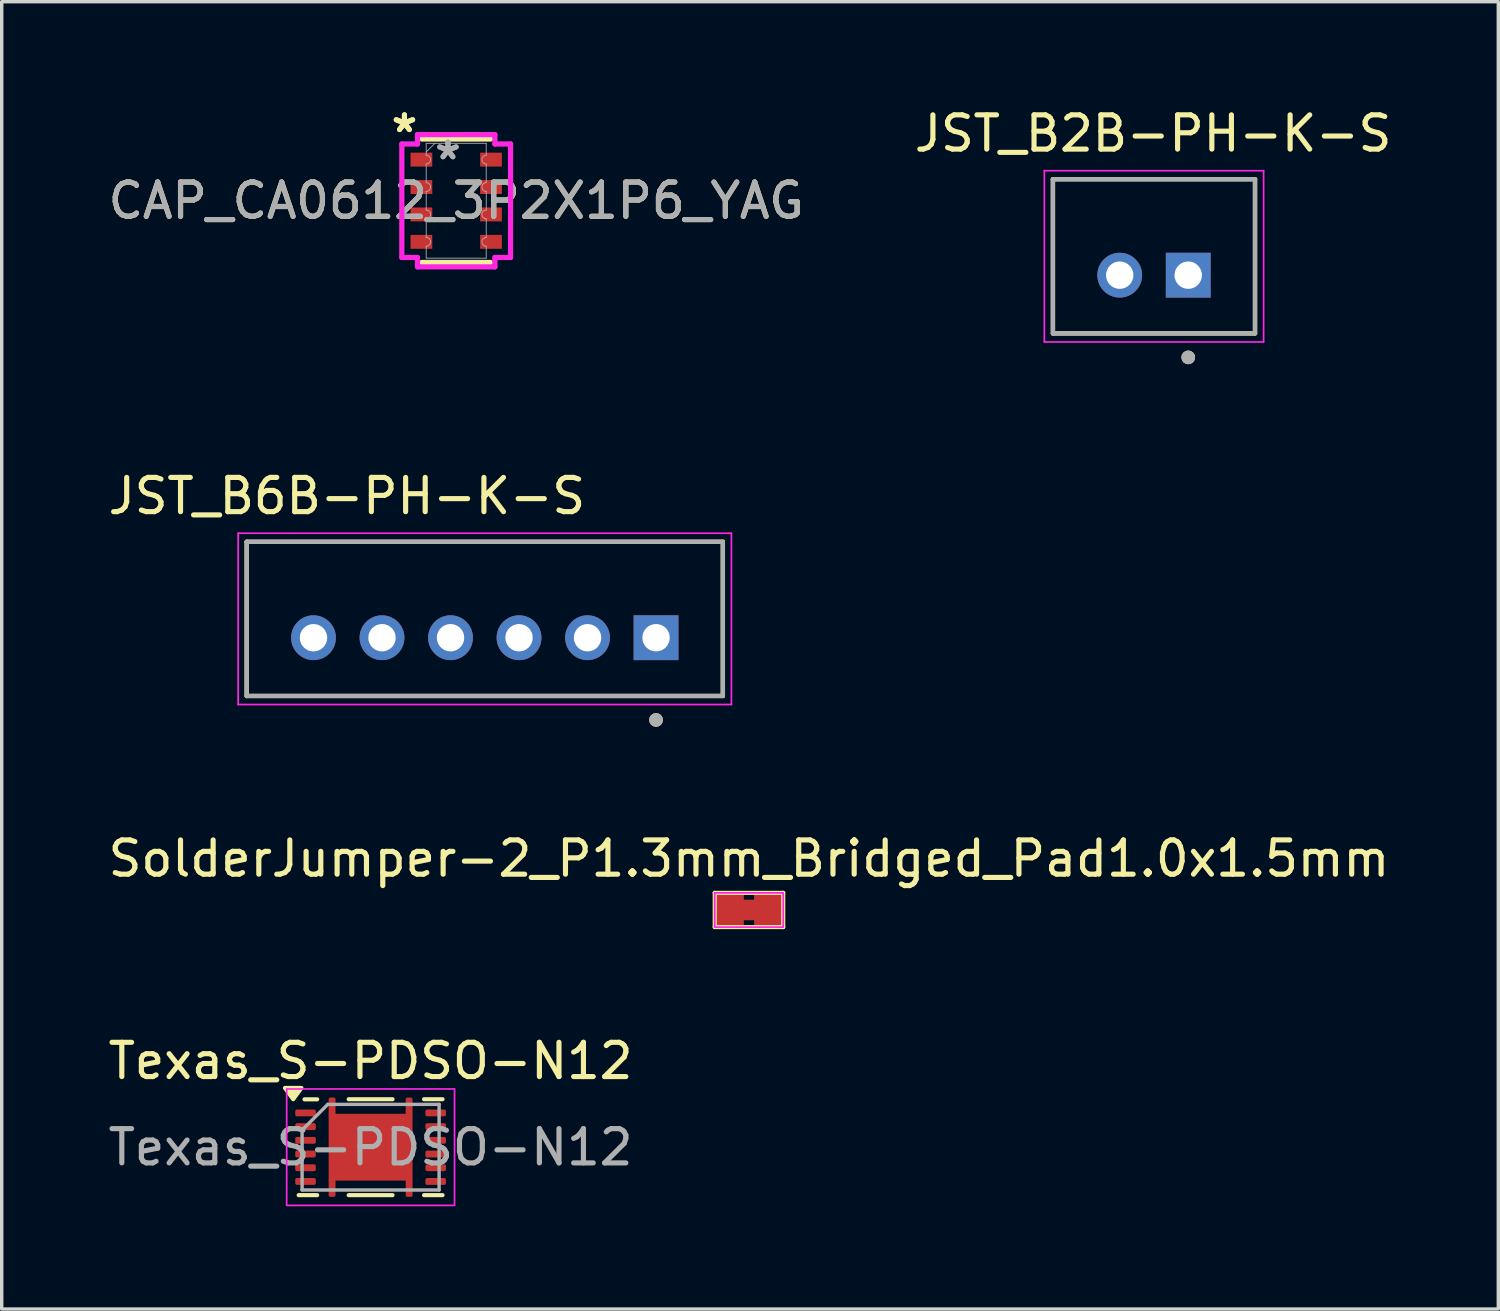
<source format=kicad_pcb>
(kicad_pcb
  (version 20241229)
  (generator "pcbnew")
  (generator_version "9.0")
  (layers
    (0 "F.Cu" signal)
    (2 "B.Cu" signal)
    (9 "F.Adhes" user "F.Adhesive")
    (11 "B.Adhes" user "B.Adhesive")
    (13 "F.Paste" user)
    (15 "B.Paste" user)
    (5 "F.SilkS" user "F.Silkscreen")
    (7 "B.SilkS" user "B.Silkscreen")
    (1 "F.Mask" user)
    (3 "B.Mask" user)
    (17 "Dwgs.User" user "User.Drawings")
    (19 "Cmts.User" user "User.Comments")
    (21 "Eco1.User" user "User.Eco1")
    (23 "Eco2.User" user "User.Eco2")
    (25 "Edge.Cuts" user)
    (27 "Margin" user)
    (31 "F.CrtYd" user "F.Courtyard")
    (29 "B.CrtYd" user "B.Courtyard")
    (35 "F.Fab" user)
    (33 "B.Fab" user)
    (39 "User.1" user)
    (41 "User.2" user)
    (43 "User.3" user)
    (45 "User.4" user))
  (footprint "CAP_CA0612_3P2X1P6_YAG"
    (layer "F.Cu")
    (at 10.268 2.81)
    (property "Reference" "CAP_CA0612_3P2X1P6_YAG" (at 0 0 0) (unlocked yes) (layer "F.SilkS") (effects (font (size 1 1) (thickness 0.15))))
    (attr smd)
    (fp_line (start -1.003 -1.803) (end 1.003 -1.803) (stroke (width 0.152) (type solid)) (layer "F.SilkS"))
    (fp_line (start -1.003 1.803) (end 1.003 1.803) (stroke (width 0.152) (type solid)) (layer "F.SilkS"))
    (fp_line (start -1.587 -1.657) (end -1.13 -1.657) (stroke (width 0.152) (type solid)) (layer "F.CrtYd"))
    (fp_line (start -1.587 1.657) (end -1.587 -1.657) (stroke (width 0.152) (type solid)) (layer "F.CrtYd"))
    (fp_line (start -1.587 1.657) (end -1.13 1.657) (stroke (width 0.152) (type solid)) (layer "F.CrtYd"))
    (fp_line (start -1.13 -1.93) (end 1.13 -1.93) (stroke (width 0.152) (type solid)) (layer "F.CrtYd"))
    (fp_line (start -1.13 -1.657) (end -1.13 -1.93) (stroke (width 0.152) (type solid)) (layer "F.CrtYd"))
    (fp_line (start -1.13 1.93) (end -1.13 1.657) (stroke (width 0.152) (type solid)) (layer "F.CrtYd"))
    (fp_line (start 1.13 -1.93) (end 1.13 -1.657) (stroke (width 0.152) (type solid)) (layer "F.CrtYd"))
    (fp_line (start 1.13 1.657) (end 1.13 1.93) (stroke (width 0.152) (type solid)) (layer "F.CrtYd"))
    (fp_line (start 1.13 1.93) (end -1.13 1.93) (stroke (width 0.152) (type solid)) (layer "F.CrtYd"))
    (fp_line (start 1.587 -1.657) (end 1.13 -1.657) (stroke (width 0.152) (type solid)) (layer "F.CrtYd"))
    (fp_line (start 1.587 -1.657) (end 1.587 1.657) (stroke (width 0.152) (type solid)) (layer "F.CrtYd"))
    (fp_line (start 1.587 1.657) (end 1.13 1.657) (stroke (width 0.152) (type solid)) (layer "F.CrtYd"))
    (fp_line (start -0.876 -1.676) (end 0.876 -1.676) (stroke (width 0.025) (type solid)) (layer "F.Fab"))
    (fp_line (start -0.876 -1.327) (end -0.876 -1.676) (stroke (width 0.025) (type solid)) (layer "F.Fab"))
    (fp_line (start -0.876 -1.073) (end -0.876 -0.527) (stroke (width 0.025) (type solid)) (layer "F.Fab"))
    (fp_line (start -0.876 -0.273) (end -0.876 0.273) (stroke (width 0.025) (type solid)) (layer "F.Fab"))
    (fp_line (start -0.876 0.527) (end -0.876 1.073) (stroke (width 0.025) (type solid)) (layer "F.Fab"))
    (fp_line (start -0.876 1.327) (end -0.876 1.676) (stroke (width 0.025) (type solid)) (layer "F.Fab"))
    (fp_line (start -0.876 1.676) (end 0.876 1.676) (stroke (width 0.025) (type solid)) (layer "F.Fab"))
    (fp_line (start -0.622 -1.676) (end -0.876 -1.422) (stroke (width 0.025) (type solid)) (layer "F.Fab"))
    (fp_line (start 0.876 -1.327) (end 0.876 -1.676) (stroke (width 0.025) (type solid)) (layer "F.Fab"))
    (fp_line (start 0.876 -1.073) (end 0.876 -0.527) (stroke (width 0.025) (type solid)) (layer "F.Fab"))
    (fp_line (start 0.876 -0.273) (end 0.876 0.273) (stroke (width 0.025) (type solid)) (layer "F.Fab"))
    (fp_line (start 0.876 0.527) (end 0.876 1.073) (stroke (width 0.025) (type solid)) (layer "F.Fab"))
    (fp_line (start 0.876 1.327) (end 0.876 1.676) (stroke (width 0.025) (type solid)) (layer "F.Fab"))
    (fp_arc (start -0.8763 -1.327) (mid -0.7493 -1.2) (end -0.8763 -1.073) (stroke (width 0.0254) (type solid)) (layer "F.Fab"))
    (fp_arc (start -0.8763 -0.526999) (mid -0.7493 -0.399999) (end -0.8763 -0.272999) (stroke (width 0.0254) (type solid)) (layer "F.Fab"))
    (fp_arc (start -0.8763 0.272999) (mid -0.7493 0.399999) (end -0.8763 0.526999) (stroke (width 0.0254) (type solid)) (layer "F.Fab"))
    (fp_arc (start -0.8763 1.073) (mid -0.7493 1.2) (end -0.8763 1.327) (stroke (width 0.0254) (type solid)) (layer "F.Fab"))
    (fp_arc (start 0.8763 -1.073) (mid 0.7493 -1.2) (end 0.8763 -1.327) (stroke (width 0.0254) (type solid)) (layer "F.Fab"))
    (fp_arc (start 0.8763 -0.272999) (mid 0.7493 -0.399999) (end 0.8763 -0.526999) (stroke (width 0.0254) (type solid)) (layer "F.Fab"))
    (fp_arc (start 0.8763 0.526999) (mid 0.7493 0.399999) (end 0.8763 0.272999) (stroke (width 0.0254) (type solid)) (layer "F.Fab"))
    (fp_arc (start 0.8763 1.327) (mid 0.7493 1.2) (end 0.8763 1.073) (stroke (width 0.0254) (type solid)) (layer "F.Fab"))
    (fp_text user "*" (at -1.511 -1.962 0) (layer "F.SilkS") (effects (font (size 1 1) (thickness 0.15))))
    (fp_text user "*" (at -1.511 -1.962 0) (unlocked yes) (layer "F.SilkS") (effects (font (size 1 1) (thickness 0.15))))
    (fp_text user "${REFERENCE}" (at 0 0 0) (unlocked yes) (layer "F.Fab") (effects (font (size 1 1) (thickness 0.15))))
    (fp_text user "*" (at -0.241 -1.168 0) (unlocked yes) (layer "F.Fab") (effects (font (size 1 1) (thickness 0.15))))
    (fp_text user "*" (at -0.241 -1.168 0) (layer "F.Fab") (effects (font (size 1 1) (thickness 0.15))))
    (pad "1" smd rect (at -1.016 -1.2) (size 0.635 0.406) (layers "F.Cu" "F.Mask" "F.Paste"))
    (pad "2" smd rect (at -1.016 -0.4) (size 0.635 0.406) (layers "F.Cu" "F.Mask" "F.Paste"))
    (pad "3" smd rect (at -1.016 0.4) (size 0.635 0.406) (layers "F.Cu" "F.Mask" "F.Paste"))
    (pad "4" smd rect (at -1.016 1.2) (size 0.635 0.406) (layers "F.Cu" "F.Mask" "F.Paste"))
    (pad "5" smd rect (at 1.016 1.2) (size 0.635 0.406) (layers "F.Cu" "F.Mask" "F.Paste"))
    (pad "6" smd rect (at 1.016 0.4) (size 0.635 0.406) (layers "F.Cu" "F.Mask" "F.Paste"))
    (pad "7" smd rect (at 1.016 -0.4) (size 0.635 0.406) (layers "F.Cu" "F.Mask" "F.Paste"))
    (pad "8" smd rect (at 1.016 -1.2) (size 0.635 0.406) (layers "F.Cu" "F.Mask" "F.Paste")))
  (footprint "JST_B6B-PH-K-S"
    (layer "F.Cu")
    (at 11.102 15.017)
    (property "Reference" "JST_B6B-PH-K-S" (at -4.025 -3.585 0) (layer "F.SilkS") (effects (font (size 1 1) (thickness 0.15))))
    (attr through_hole)
    (fp_line (start -6.95 -2.25) (end 6.95 -2.25) (stroke (width 0.127) (type solid)) (layer "F.SilkS"))
    (fp_line (start -6.95 2.25) (end -6.95 -2.25) (stroke (width 0.127) (type solid)) (layer "F.SilkS"))
    (fp_line (start 6.95 -2.25) (end 6.95 2.25) (stroke (width 0.127) (type solid)) (layer "F.SilkS"))
    (fp_line (start 6.95 2.25) (end -6.95 2.25) (stroke (width 0.127) (type solid)) (layer "F.SilkS"))
    (fp_circle (center 5 2.95) (end 5.1 2.95) (stroke (width 0.2) (type solid)) (fill no) (layer "F.SilkS"))
    (fp_line (start -7.2 -2.5) (end 7.2 -2.5) (stroke (width 0.05) (type solid)) (layer "F.CrtYd"))
    (fp_line (start -7.2 2.5) (end -7.2 -2.5) (stroke (width 0.05) (type solid)) (layer "F.CrtYd"))
    (fp_line (start 7.2 -2.5) (end 7.2 2.5) (stroke (width 0.05) (type solid)) (layer "F.CrtYd"))
    (fp_line (start 7.2 2.5) (end -7.2 2.5) (stroke (width 0.05) (type solid)) (layer "F.CrtYd"))
    (fp_line (start -6.95 -2.25) (end 6.95 -2.25) (stroke (width 0.127) (type solid)) (layer "F.Fab"))
    (fp_line (start -6.95 2.25) (end -6.95 -2.25) (stroke (width 0.127) (type solid)) (layer "F.Fab"))
    (fp_line (start 6.95 -2.25) (end 6.95 2.25) (stroke (width 0.127) (type solid)) (layer "F.Fab"))
    (fp_line (start 6.95 2.25) (end -6.95 2.25) (stroke (width 0.127) (type solid)) (layer "F.Fab"))
    (fp_circle (center 5 2.95) (end 5.1 2.95) (stroke (width 0.2) (type solid)) (fill no) (layer "F.Fab"))
    (pad "1" thru_hole rect (at 5 0.55) (size 1.308 1.308) (drill 0.8) (layers "*.Cu" "*.Mask"))
    (pad "2" thru_hole circle (at 3 0.55) (size 1.308 1.308) (drill 0.8) (layers "*.Cu" "*.Mask"))
    (pad "3" thru_hole circle (at 1 0.55) (size 1.308 1.308) (drill 0.8) (layers "*.Cu" "*.Mask"))
    (pad "4" thru_hole circle (at -1 0.55) (size 1.308 1.308) (drill 0.8) (layers "*.Cu" "*.Mask"))
    (pad "5" thru_hole circle (at -3 0.55) (size 1.308 1.308) (drill 0.8) (layers "*.Cu" "*.Mask"))
    (pad "6" thru_hole circle (at -5 0.55) (size 1.308 1.308) (drill 0.8) (layers "*.Cu" "*.Mask")))
  (footprint "SolderJumper-2_P1.3mm_Bridged_Pad1.0x1.5mm"
    (layer "F.Cu")
    (at 18.815 23.515)
    (property "Reference" "SolderJumper-2_P1.3mm_Bridged_Pad1.0x1.5mm" (at 0 -1.5 0) (layer "F.SilkS") (effects (font (size 1 1) (thickness 0.15))))
    (attr exclude_from_pos_files exclude_from_bom)
    (fp_poly (pts (xy -0.25 -0.3) (xy 0.25 -0.3) (xy 0.25 0.3) (xy -0.25 0.3)) (stroke (width 0) (type solid)) (fill yes) (layer "F.Cu"))
    (fp_line (start -1 -0.5) (end 1 -0.5) (stroke (width 0.12) (type solid)) (layer "F.SilkS"))
    (fp_line (start -1 0.5) (end -1 -0.5) (stroke (width 0.12) (type solid)) (layer "F.SilkS"))
    (fp_line (start 1 -0.5) (end 1 0.5) (stroke (width 0.12) (type solid)) (layer "F.SilkS"))
    (fp_line (start 1 0.5) (end -1 0.5) (stroke (width 0.12) (type solid)) (layer "F.SilkS"))
    (fp_line (start -1 -0.5) (end -1 0.5) (stroke (width 0.05) (type solid)) (layer "F.CrtYd"))
    (fp_line (start -1 -0.5) (end 1 -0.5) (stroke (width 0.05) (type solid)) (layer "F.CrtYd"))
    (fp_line (start 1 0.5) (end -1 0.5) (stroke (width 0.05) (type solid)) (layer "F.CrtYd"))
    (fp_line (start 1 0.5) (end 1 -0.5) (stroke (width 0.05) (type solid)) (layer "F.CrtYd"))
    (pad "1" smd rect (at -0.575 0) (size 0.85 1) (layers "F.Cu" "F.Mask"))
    (pad "2" smd rect (at 0.575 0) (size 0.85 1) (layers "F.Cu" "F.Mask")))
  (footprint "Texas_S-PDSO-N12"
    (layer "F.Cu")
    (at 7.769 30.44)
    (property "Reference" "Texas_S-PDSO-N12" (at -0.001 -2.517 0) (layer "F.SilkS") (effects (font (size 1 1) (thickness 0.15))))
    (attr smd)
    (fp_line (start -1.56 -1.397) (end -1.93 -1.397) (stroke (width 0.12) (type solid)) (layer "F.SilkS"))
    (fp_line (start -1.56 1.4) (end -2.1 1.4) (stroke (width 0.12) (type solid)) (layer "F.SilkS"))
    (fp_line (start 0.64 -1.4) (end -0.64 -1.4) (stroke (width 0.12) (type solid)) (layer "F.SilkS"))
    (fp_line (start 0.64 1.4) (end -0.64 1.4) (stroke (width 0.12) (type solid)) (layer "F.SilkS"))
    (fp_line (start 1.56 -1.4) (end 2.1 -1.4) (stroke (width 0.12) (type solid)) (layer "F.SilkS"))
    (fp_line (start 1.56 1.4) (end 2.1 1.4) (stroke (width 0.12) (type solid)) (layer "F.SilkS"))
    (fp_poly (pts (xy -2.26 -1.4) (xy -2.5 -1.73) (xy -2.02 -1.73) (xy -2.26 -1.4)) (stroke (width 0.12) (type solid)) (fill yes) (layer "F.SilkS"))
    (fp_rect (start -2.45 -1.7) (end 2.45 1.7) (stroke (width 0.05) (type default)) (fill no) (layer "F.CrtYd"))
    (fp_line (start -2 -0.5) (end -2 1.25) (stroke (width 0.1) (type solid)) (layer "F.Fab"))
    (fp_line (start -2 -0.5) (end -1.25 -1.25) (stroke (width 0.1) (type solid)) (layer "F.Fab"))
    (fp_line (start -2 1.25) (end 2 1.25) (stroke (width 0.1) (type solid)) (layer "F.Fab"))
    (fp_line (start -1.25 -1.25) (end 2 -1.25) (stroke (width 0.1) (type solid)) (layer "F.Fab"))
    (fp_line (start 2 1.25) (end 2 -1.25) (stroke (width 0.1) (type solid)) (layer "F.Fab"))
    (fp_text user "${REFERENCE}" (at -0.001 0.003 0) (layer "F.Fab") (effects (font (size 1 1) (thickness 0.15))))
    (pad "" smd roundrect (at -1.125 -1.262) (size 0.2 0.375) (layers "F.Paste") (roundrect_rratio 0.25))
    (pad "" smd roundrect (at -1.125 1.262) (size 0.2 0.375) (layers "F.Paste") (roundrect_rratio 0.25))
    (pad "" smd roundrect (at -0.64 0) (size 1.08 1.75) (layers "F.Paste") (roundrect_rratio 0.25))
    (pad "" smd roundrect (at 0.64 0) (size 1.08 1.75) (layers "F.Paste") (roundrect_rratio 0.25))
    (pad "" smd roundrect (at 1.125 -1.262) (size 0.2 0.375) (layers "F.Paste") (roundrect_rratio 0.25))
    (pad "" smd roundrect (at 1.125 1.262) (size 0.2 0.375) (layers "F.Paste") (roundrect_rratio 0.25))
    (pad "1" smd roundrect (at -1.9 -1) (size 0.6 0.2) (layers "F.Cu" "F.Mask" "F.Paste") (roundrect_rratio 0.25) (chamfer_ratio 0.2) (chamfer))
    (pad "2" smd roundrect (at -1.9 -0.6) (size 0.6 0.2) (layers "F.Cu" "F.Mask" "F.Paste") (roundrect_rratio 0.25) (chamfer_ratio 0.2) (chamfer))
    (pad "3" smd roundrect (at -1.9 -0.2) (size 0.6 0.2) (layers "F.Cu" "F.Mask" "F.Paste") (roundrect_rratio 0.25) (chamfer_ratio 0.2) (chamfer))
    (pad "4" smd roundrect (at -1.9 0.2) (size 0.6 0.2) (layers "F.Cu" "F.Mask" "F.Paste") (roundrect_rratio 0.25) (chamfer_ratio 0.2) (chamfer))
    (pad "5" smd roundrect (at -1.9 0.6) (size 0.6 0.2) (layers "F.Cu" "F.Mask" "F.Paste") (roundrect_rratio 0.25) (chamfer_ratio 0.2) (chamfer))
    (pad "6" smd roundrect (at -1.9 1) (size 0.6 0.2) (layers "F.Cu" "F.Mask" "F.Paste") (roundrect_rratio 0.25) (chamfer_ratio 0.2) (chamfer))
    (pad "7" smd roundrect (at 1.9 1) (size 0.6 0.2) (layers "F.Cu" "F.Mask" "F.Paste") (roundrect_rratio 0.25) (chamfer_ratio 0.2) (chamfer))
    (pad "8" smd roundrect (at 1.9 0.6) (size 0.6 0.2) (layers "F.Cu" "F.Mask" "F.Paste") (roundrect_rratio 0.25) (chamfer_ratio 0.2) (chamfer))
    (pad "9" smd roundrect (at 1.9 0.2) (size 0.6 0.2) (layers "F.Cu" "F.Mask" "F.Paste") (roundrect_rratio 0.25) (chamfer_ratio 0.2) (chamfer))
    (pad "10" smd roundrect (at 1.9 -0.2) (size 0.6 0.2) (layers "F.Cu" "F.Mask" "F.Paste") (roundrect_rratio 0.25) (chamfer_ratio 0.2) (chamfer))
    (pad "11" smd roundrect (at 1.9 -0.6) (size 0.6 0.2) (layers "F.Cu" "F.Mask" "F.Paste") (roundrect_rratio 0.25) (chamfer_ratio 0.2) (chamfer))
    (pad "12" smd roundrect (at 1.9 -1) (size 0.6 0.2) (layers "F.Cu" "F.Mask" "F.Paste") (roundrect_rratio 0.25) (chamfer_ratio 0.2) (chamfer))
    (pad "13" smd roundrect (at -1.125 -1.188 270) (size 0.525 0.2) (layers "F.Cu" "F.Mask") (roundrect_rratio 0.25))
    (pad "13" smd roundrect (at -1.125 1.188 270) (size 0.525 0.2) (layers "F.Cu" "F.Mask") (roundrect_rratio 0.25))
    (pad "13" smd rect (at 0 0 270) (size 1.95 2.45) (layers "F.Cu" "F.Mask"))
    (pad "13" smd roundrect (at 1.125 -1.188 270) (size 0.525 0.2) (layers "F.Cu" "F.Mask") (roundrect_rratio 0.25))
    (pad "13" smd roundrect (at 1.125 1.188 270) (size 0.525 0.2) (layers "F.Cu" "F.Mask") (roundrect_rratio 0.25)))
  (footprint "JST_B2B-PH-K-S"
    (layer "F.Cu")
    (at 30.638 4.433)
    (property "Reference" "JST_B2B-PH-K-S" (at -0.025 -3.585 0) (layer "F.SilkS") (effects (font (size 1 1) (thickness 0.15))))
    (attr through_hole)
    (fp_line (start -2.95 -2.25) (end 2.95 -2.25) (stroke (width 0.127) (type solid)) (layer "F.SilkS"))
    (fp_line (start -2.95 2.25) (end -2.95 -2.25) (stroke (width 0.127) (type solid)) (layer "F.SilkS"))
    (fp_line (start 2.95 -2.25) (end 2.95 2.25) (stroke (width 0.127) (type solid)) (layer "F.SilkS"))
    (fp_line (start 2.95 2.25) (end -2.95 2.25) (stroke (width 0.127) (type solid)) (layer "F.SilkS"))
    (fp_circle (center 1 2.95) (end 1.1 2.95) (stroke (width 0.2) (type solid)) (fill no) (layer "F.SilkS"))
    (fp_line (start -3.2 -2.5) (end 3.2 -2.5) (stroke (width 0.05) (type solid)) (layer "F.CrtYd"))
    (fp_line (start -3.2 2.5) (end -3.2 -2.5) (stroke (width 0.05) (type solid)) (layer "F.CrtYd"))
    (fp_line (start 3.2 -2.5) (end 3.2 2.5) (stroke (width 0.05) (type solid)) (layer "F.CrtYd"))
    (fp_line (start 3.2 2.5) (end -3.2 2.5) (stroke (width 0.05) (type solid)) (layer "F.CrtYd"))
    (fp_line (start -2.95 -2.25) (end 2.95 -2.25) (stroke (width 0.127) (type solid)) (layer "F.Fab"))
    (fp_line (start -2.95 2.25) (end -2.95 -2.25) (stroke (width 0.127) (type solid)) (layer "F.Fab"))
    (fp_line (start 2.95 -2.25) (end 2.95 2.25) (stroke (width 0.127) (type solid)) (layer "F.Fab"))
    (fp_line (start 2.95 2.25) (end -2.95 2.25) (stroke (width 0.127) (type solid)) (layer "F.Fab"))
    (fp_circle (center 1 2.95) (end 1.1 2.95) (stroke (width 0.2) (type solid)) (fill no) (layer "F.Fab"))
    (pad "1" thru_hole rect (at 1 0.55) (size 1.308 1.308) (drill 0.8) (layers "*.Cu" "*.Mask"))
    (pad "2" thru_hole circle (at -1 0.55) (size 1.308 1.308) (drill 0.8) (layers "*.Cu" "*.Mask")))
  (gr_rect
    (start -3 -3)
    (end 40.69 35.165)
    (stroke (width 0.1) (type default))
    (fill no)
    (layer "Edge.Cuts")))
</source>
